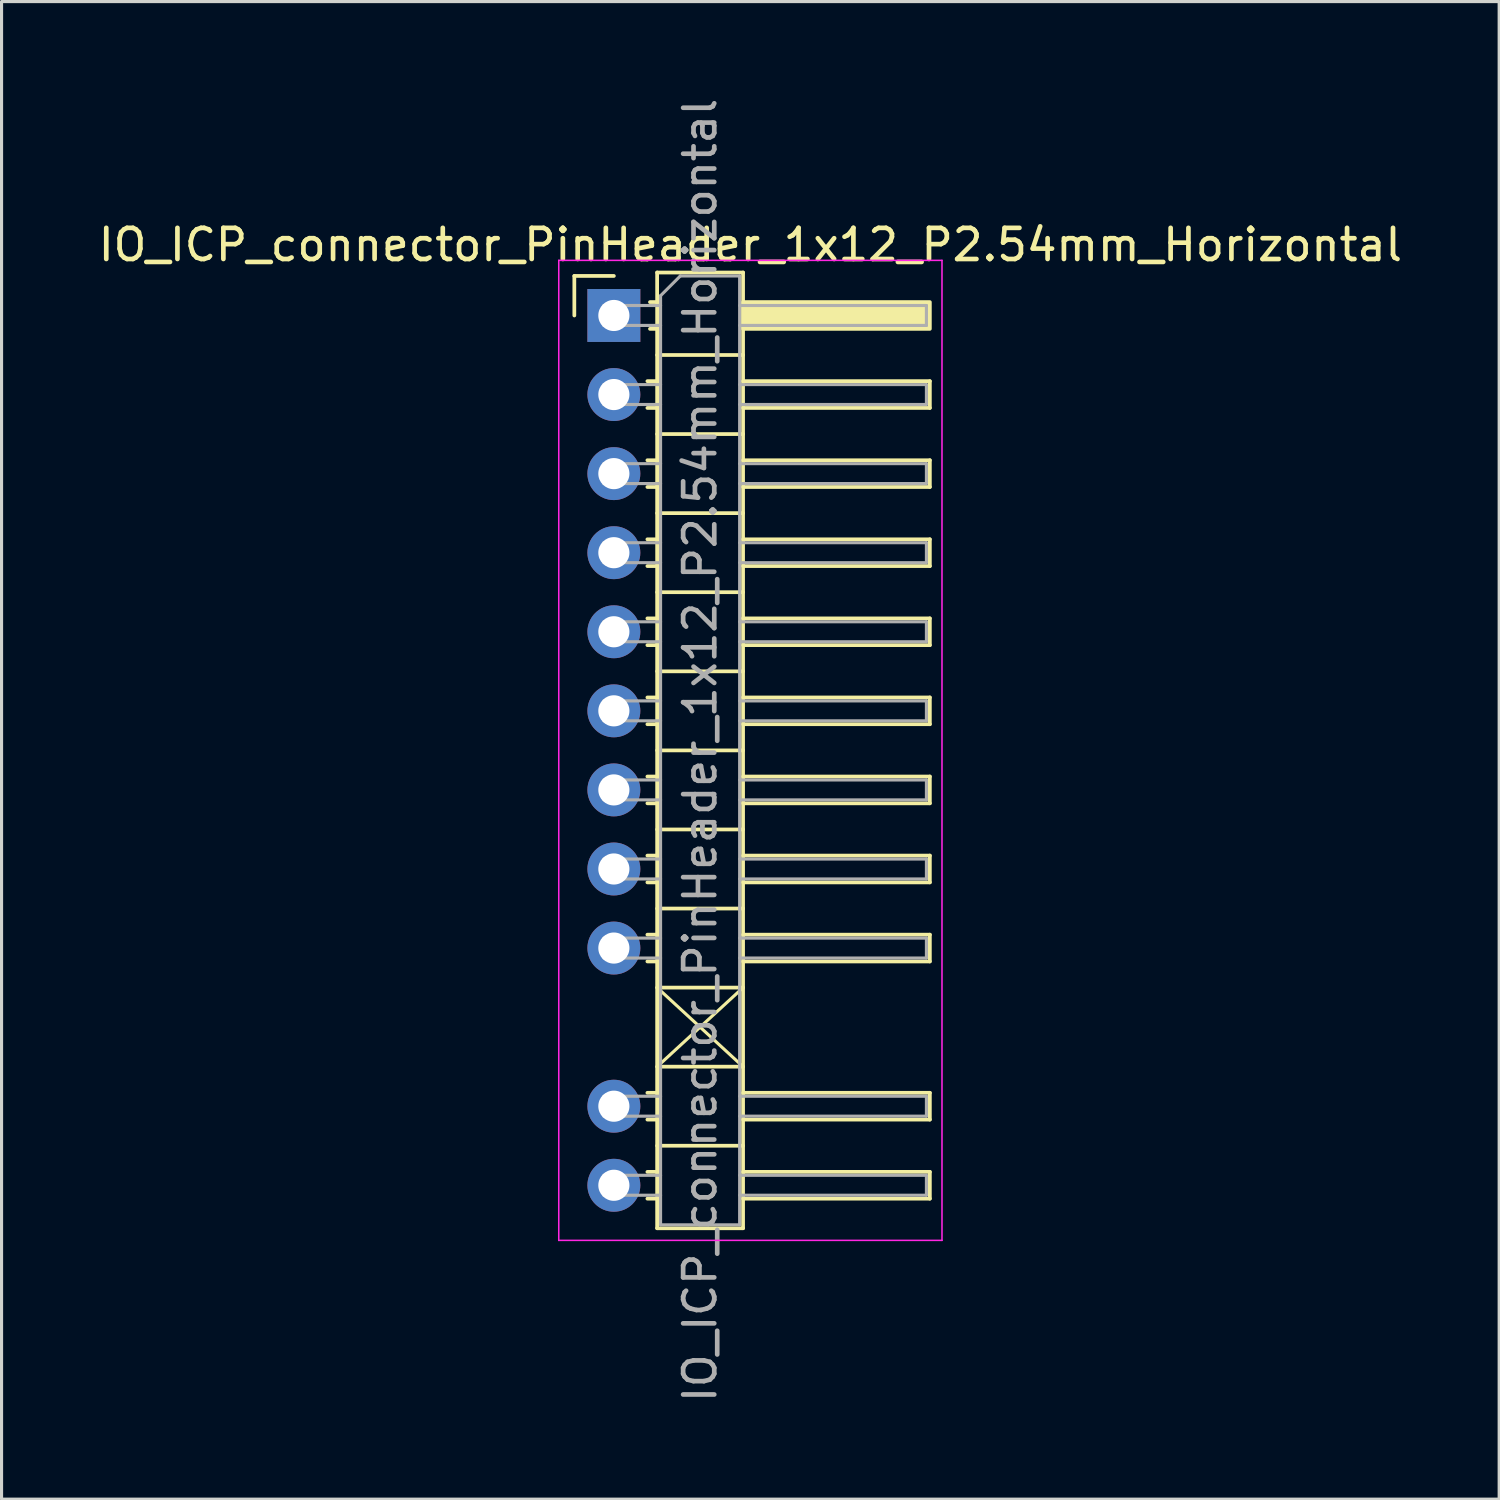
<source format=kicad_pcb>
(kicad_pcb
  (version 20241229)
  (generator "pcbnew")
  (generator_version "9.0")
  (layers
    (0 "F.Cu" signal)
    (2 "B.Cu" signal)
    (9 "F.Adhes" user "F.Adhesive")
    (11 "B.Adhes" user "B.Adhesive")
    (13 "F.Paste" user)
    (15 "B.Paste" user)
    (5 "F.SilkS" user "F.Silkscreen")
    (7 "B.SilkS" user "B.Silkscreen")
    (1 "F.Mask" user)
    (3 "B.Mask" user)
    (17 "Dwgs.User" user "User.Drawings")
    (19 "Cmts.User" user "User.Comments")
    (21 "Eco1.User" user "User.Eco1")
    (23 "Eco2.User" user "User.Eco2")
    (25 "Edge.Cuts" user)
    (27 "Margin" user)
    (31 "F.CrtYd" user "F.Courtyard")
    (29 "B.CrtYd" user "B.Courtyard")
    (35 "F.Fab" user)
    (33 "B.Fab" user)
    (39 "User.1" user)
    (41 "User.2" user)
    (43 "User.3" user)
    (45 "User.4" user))
  (footprint "IO_ICP_connector_PinHeader_1x12_P2.54mm_Horizontal"
    (layer "F.Cu")
    (at 16.669 7.084)
    (property "Reference" "IO_ICP_connector_PinHeader_1x12_P2.54mm_Horizontal" (at 4.385 -2.27 0) (layer "F.SilkS") (effects (font (size 1 1) (thickness 0.15))))
    (attr through_hole)
    (fp_line (start -1.27 -1.27) (end 0 -1.27) (stroke (width 0.12) (type solid)) (layer "F.SilkS"))
    (fp_line (start -1.27 0) (end -1.27 -1.27) (stroke (width 0.12) (type solid)) (layer "F.SilkS"))
    (fp_line (start 1.077 2.11) (end 1.39 2.11) (stroke (width 0.12) (type solid)) (layer "F.SilkS"))
    (fp_line (start 1.077 2.97) (end 1.39 2.97) (stroke (width 0.12) (type solid)) (layer "F.SilkS"))
    (fp_line (start 1.077 4.65) (end 1.39 4.65) (stroke (width 0.12) (type solid)) (layer "F.SilkS"))
    (fp_line (start 1.077 5.51) (end 1.39 5.51) (stroke (width 0.12) (type solid)) (layer "F.SilkS"))
    (fp_line (start 1.077 7.19) (end 1.39 7.19) (stroke (width 0.12) (type solid)) (layer "F.SilkS"))
    (fp_line (start 1.077 8.05) (end 1.39 8.05) (stroke (width 0.12) (type solid)) (layer "F.SilkS"))
    (fp_line (start 1.077 9.73) (end 1.39 9.73) (stroke (width 0.12) (type solid)) (layer "F.SilkS"))
    (fp_line (start 1.077 10.59) (end 1.39 10.59) (stroke (width 0.12) (type solid)) (layer "F.SilkS"))
    (fp_line (start 1.077 12.27) (end 1.39 12.27) (stroke (width 0.12) (type solid)) (layer "F.SilkS"))
    (fp_line (start 1.077 13.13) (end 1.39 13.13) (stroke (width 0.12) (type solid)) (layer "F.SilkS"))
    (fp_line (start 1.077 14.81) (end 1.39 14.81) (stroke (width 0.12) (type solid)) (layer "F.SilkS"))
    (fp_line (start 1.077 15.67) (end 1.39 15.67) (stroke (width 0.12) (type solid)) (layer "F.SilkS"))
    (fp_line (start 1.077 17.35) (end 1.39 17.35) (stroke (width 0.12) (type solid)) (layer "F.SilkS"))
    (fp_line (start 1.077 18.21) (end 1.39 18.21) (stroke (width 0.12) (type solid)) (layer "F.SilkS"))
    (fp_line (start 1.077 19.89) (end 1.39 19.89) (stroke (width 0.12) (type solid)) (layer "F.SilkS"))
    (fp_line (start 1.077 20.75) (end 1.39 20.75) (stroke (width 0.12) (type solid)) (layer "F.SilkS"))
    (fp_line (start 1.077 24.97) (end 1.39 24.97) (stroke (width 0.12) (type solid)) (layer "F.SilkS"))
    (fp_line (start 1.077 25.83) (end 1.39 25.83) (stroke (width 0.12) (type solid)) (layer "F.SilkS"))
    (fp_line (start 1.077 27.51) (end 1.39 27.51) (stroke (width 0.12) (type solid)) (layer "F.SilkS"))
    (fp_line (start 1.077 28.37) (end 1.39 28.37) (stroke (width 0.12) (type solid)) (layer "F.SilkS"))
    (fp_line (start 1.16 -0.43) (end 1.39 -0.43) (stroke (width 0.12) (type solid)) (layer "F.SilkS"))
    (fp_line (start 1.16 0.43) (end 1.39 0.43) (stroke (width 0.12) (type solid)) (layer "F.SilkS"))
    (fp_line (start 1.39 -1.38) (end 1.39 29.32) (stroke (width 0.12) (type solid)) (layer "F.SilkS"))
    (fp_line (start 1.39 1.27) (end 4.15 1.27) (stroke (width 0.12) (type solid)) (layer "F.SilkS"))
    (fp_line (start 1.39 3.81) (end 4.15 3.81) (stroke (width 0.12) (type solid)) (layer "F.SilkS"))
    (fp_line (start 1.39 6.35) (end 4.15 6.35) (stroke (width 0.12) (type solid)) (layer "F.SilkS"))
    (fp_line (start 1.39 8.89) (end 4.15 8.89) (stroke (width 0.12) (type solid)) (layer "F.SilkS"))
    (fp_line (start 1.39 11.43) (end 4.15 11.43) (stroke (width 0.12) (type solid)) (layer "F.SilkS"))
    (fp_line (start 1.39 13.97) (end 4.15 13.97) (stroke (width 0.12) (type solid)) (layer "F.SilkS"))
    (fp_line (start 1.39 16.51) (end 4.15 16.51) (stroke (width 0.12) (type solid)) (layer "F.SilkS"))
    (fp_line (start 1.39 19.05) (end 4.15 19.05) (stroke (width 0.12) (type solid)) (layer "F.SilkS"))
    (fp_line (start 1.39 21.59) (end 4.15 21.59) (stroke (width 0.12) (type solid)) (layer "F.SilkS"))
    (fp_line (start 1.39 21.59) (end 4.15 24.13) (stroke (width 0.1) (type default)) (layer "F.SilkS"))
    (fp_line (start 1.39 24.13) (end 4.15 24.13) (stroke (width 0.12) (type solid)) (layer "F.SilkS"))
    (fp_line (start 1.39 26.67) (end 4.15 26.67) (stroke (width 0.12) (type solid)) (layer "F.SilkS"))
    (fp_line (start 1.39 29.32) (end 4.15 29.32) (stroke (width 0.12) (type solid)) (layer "F.SilkS"))
    (fp_line (start 4.15 -1.38) (end 1.39 -1.38) (stroke (width 0.12) (type solid)) (layer "F.SilkS"))
    (fp_line (start 4.15 2.11) (end 10.15 2.11) (stroke (width 0.12) (type solid)) (layer "F.SilkS"))
    (fp_line (start 4.15 4.65) (end 10.15 4.65) (stroke (width 0.12) (type solid)) (layer "F.SilkS"))
    (fp_line (start 4.15 7.19) (end 10.15 7.19) (stroke (width 0.12) (type solid)) (layer "F.SilkS"))
    (fp_line (start 4.15 9.73) (end 10.15 9.73) (stroke (width 0.12) (type solid)) (layer "F.SilkS"))
    (fp_line (start 4.15 12.27) (end 10.15 12.27) (stroke (width 0.12) (type solid)) (layer "F.SilkS"))
    (fp_line (start 4.15 14.81) (end 10.15 14.81) (stroke (width 0.12) (type solid)) (layer "F.SilkS"))
    (fp_line (start 4.15 17.35) (end 10.15 17.35) (stroke (width 0.12) (type solid)) (layer "F.SilkS"))
    (fp_line (start 4.15 19.89) (end 10.15 19.89) (stroke (width 0.12) (type solid)) (layer "F.SilkS"))
    (fp_line (start 4.15 21.59) (end 1.39 24.13) (stroke (width 0.1) (type default)) (layer "F.SilkS"))
    (fp_line (start 4.15 24.97) (end 10.15 24.97) (stroke (width 0.12) (type solid)) (layer "F.SilkS"))
    (fp_line (start 4.15 27.51) (end 10.15 27.51) (stroke (width 0.12) (type solid)) (layer "F.SilkS"))
    (fp_line (start 4.15 29.32) (end 4.15 -1.38) (stroke (width 0.12) (type solid)) (layer "F.SilkS"))
    (fp_line (start 10.15 2.11) (end 10.15 2.97) (stroke (width 0.12) (type solid)) (layer "F.SilkS"))
    (fp_line (start 10.15 2.97) (end 4.15 2.97) (stroke (width 0.12) (type solid)) (layer "F.SilkS"))
    (fp_line (start 10.15 4.65) (end 10.15 5.51) (stroke (width 0.12) (type solid)) (layer "F.SilkS"))
    (fp_line (start 10.15 5.51) (end 4.15 5.51) (stroke (width 0.12) (type solid)) (layer "F.SilkS"))
    (fp_line (start 10.15 7.19) (end 10.15 8.05) (stroke (width 0.12) (type solid)) (layer "F.SilkS"))
    (fp_line (start 10.15 8.05) (end 4.15 8.05) (stroke (width 0.12) (type solid)) (layer "F.SilkS"))
    (fp_line (start 10.15 9.73) (end 10.15 10.59) (stroke (width 0.12) (type solid)) (layer "F.SilkS"))
    (fp_line (start 10.15 10.59) (end 4.15 10.59) (stroke (width 0.12) (type solid)) (layer "F.SilkS"))
    (fp_line (start 10.15 12.27) (end 10.15 13.13) (stroke (width 0.12) (type solid)) (layer "F.SilkS"))
    (fp_line (start 10.15 13.13) (end 4.15 13.13) (stroke (width 0.12) (type solid)) (layer "F.SilkS"))
    (fp_line (start 10.15 14.81) (end 10.15 15.67) (stroke (width 0.12) (type solid)) (layer "F.SilkS"))
    (fp_line (start 10.15 15.67) (end 4.15 15.67) (stroke (width 0.12) (type solid)) (layer "F.SilkS"))
    (fp_line (start 10.15 17.35) (end 10.15 18.21) (stroke (width 0.12) (type solid)) (layer "F.SilkS"))
    (fp_line (start 10.15 18.21) (end 4.15 18.21) (stroke (width 0.12) (type solid)) (layer "F.SilkS"))
    (fp_line (start 10.15 19.89) (end 10.15 20.75) (stroke (width 0.12) (type solid)) (layer "F.SilkS"))
    (fp_line (start 10.15 20.75) (end 4.15 20.75) (stroke (width 0.12) (type solid)) (layer "F.SilkS"))
    (fp_line (start 10.15 24.97) (end 10.15 25.83) (stroke (width 0.12) (type solid)) (layer "F.SilkS"))
    (fp_line (start 10.15 25.83) (end 4.15 25.83) (stroke (width 0.12) (type solid)) (layer "F.SilkS"))
    (fp_line (start 10.15 27.51) (end 10.15 28.37) (stroke (width 0.12) (type solid)) (layer "F.SilkS"))
    (fp_line (start 10.15 28.37) (end 4.15 28.37) (stroke (width 0.12) (type solid)) (layer "F.SilkS"))
    (fp_rect (start 4.15 -0.43) (end 10.15 0.43) (stroke (width 0.12) (type solid)) (fill yes) (layer "F.SilkS"))
    (fp_line (start -1.77 -1.77) (end -1.77 29.71) (stroke (width 0.05) (type solid)) (layer "F.CrtYd"))
    (fp_line (start -1.77 29.71) (end 10.54 29.71) (stroke (width 0.05) (type solid)) (layer "F.CrtYd"))
    (fp_line (start 10.54 -1.77) (end -1.77 -1.77) (stroke (width 0.05) (type solid)) (layer "F.CrtYd"))
    (fp_line (start 10.54 29.71) (end 10.54 -1.77) (stroke (width 0.05) (type solid)) (layer "F.CrtYd"))
    (fp_line (start -0.32 -0.32) (end -0.32 0.32) (stroke (width 0.1) (type solid)) (layer "F.Fab"))
    (fp_line (start -0.32 -0.32) (end 1.5 -0.32) (stroke (width 0.1) (type solid)) (layer "F.Fab"))
    (fp_line (start -0.32 0.32) (end 1.5 0.32) (stroke (width 0.1) (type solid)) (layer "F.Fab"))
    (fp_line (start -0.32 2.22) (end -0.32 2.86) (stroke (width 0.1) (type solid)) (layer "F.Fab"))
    (fp_line (start -0.32 2.22) (end 1.5 2.22) (stroke (width 0.1) (type solid)) (layer "F.Fab"))
    (fp_line (start -0.32 2.86) (end 1.5 2.86) (stroke (width 0.1) (type solid)) (layer "F.Fab"))
    (fp_line (start -0.32 4.76) (end -0.32 5.4) (stroke (width 0.1) (type solid)) (layer "F.Fab"))
    (fp_line (start -0.32 4.76) (end 1.5 4.76) (stroke (width 0.1) (type solid)) (layer "F.Fab"))
    (fp_line (start -0.32 5.4) (end 1.5 5.4) (stroke (width 0.1) (type solid)) (layer "F.Fab"))
    (fp_line (start -0.32 7.3) (end -0.32 7.94) (stroke (width 0.1) (type solid)) (layer "F.Fab"))
    (fp_line (start -0.32 7.3) (end 1.5 7.3) (stroke (width 0.1) (type solid)) (layer "F.Fab"))
    (fp_line (start -0.32 7.94) (end 1.5 7.94) (stroke (width 0.1) (type solid)) (layer "F.Fab"))
    (fp_line (start -0.32 9.84) (end -0.32 10.48) (stroke (width 0.1) (type solid)) (layer "F.Fab"))
    (fp_line (start -0.32 9.84) (end 1.5 9.84) (stroke (width 0.1) (type solid)) (layer "F.Fab"))
    (fp_line (start -0.32 10.48) (end 1.5 10.48) (stroke (width 0.1) (type solid)) (layer "F.Fab"))
    (fp_line (start -0.32 12.38) (end -0.32 13.02) (stroke (width 0.1) (type solid)) (layer "F.Fab"))
    (fp_line (start -0.32 12.38) (end 1.5 12.38) (stroke (width 0.1) (type solid)) (layer "F.Fab"))
    (fp_line (start -0.32 13.02) (end 1.5 13.02) (stroke (width 0.1) (type solid)) (layer "F.Fab"))
    (fp_line (start -0.32 14.92) (end -0.32 15.56) (stroke (width 0.1) (type solid)) (layer "F.Fab"))
    (fp_line (start -0.32 14.92) (end 1.5 14.92) (stroke (width 0.1) (type solid)) (layer "F.Fab"))
    (fp_line (start -0.32 15.56) (end 1.5 15.56) (stroke (width 0.1) (type solid)) (layer "F.Fab"))
    (fp_line (start -0.32 17.46) (end -0.32 18.1) (stroke (width 0.1) (type solid)) (layer "F.Fab"))
    (fp_line (start -0.32 17.46) (end 1.5 17.46) (stroke (width 0.1) (type solid)) (layer "F.Fab"))
    (fp_line (start -0.32 18.1) (end 1.5 18.1) (stroke (width 0.1) (type solid)) (layer "F.Fab"))
    (fp_line (start -0.32 20) (end -0.32 20.64) (stroke (width 0.1) (type solid)) (layer "F.Fab"))
    (fp_line (start -0.32 20) (end 1.5 20) (stroke (width 0.1) (type solid)) (layer "F.Fab"))
    (fp_line (start -0.32 20.64) (end 1.5 20.64) (stroke (width 0.1) (type solid)) (layer "F.Fab"))
    (fp_line (start -0.32 25.08) (end -0.32 25.72) (stroke (width 0.1) (type solid)) (layer "F.Fab"))
    (fp_line (start -0.32 25.08) (end 1.5 25.08) (stroke (width 0.1) (type solid)) (layer "F.Fab"))
    (fp_line (start -0.32 25.72) (end 1.5 25.72) (stroke (width 0.1) (type solid)) (layer "F.Fab"))
    (fp_line (start -0.32 27.62) (end -0.32 28.26) (stroke (width 0.1) (type solid)) (layer "F.Fab"))
    (fp_line (start -0.32 27.62) (end 1.5 27.62) (stroke (width 0.1) (type solid)) (layer "F.Fab"))
    (fp_line (start -0.32 28.26) (end 1.5 28.26) (stroke (width 0.1) (type solid)) (layer "F.Fab"))
    (fp_line (start 1.5 -0.635) (end 2.135 -1.27) (stroke (width 0.1) (type solid)) (layer "F.Fab"))
    (fp_line (start 1.5 29.21) (end 1.5 -0.635) (stroke (width 0.1) (type solid)) (layer "F.Fab"))
    (fp_line (start 2.135 -1.27) (end 4.04 -1.27) (stroke (width 0.1) (type solid)) (layer "F.Fab"))
    (fp_line (start 4.04 -1.27) (end 4.04 29.21) (stroke (width 0.1) (type solid)) (layer "F.Fab"))
    (fp_line (start 4.04 -0.32) (end 10.04 -0.32) (stroke (width 0.1) (type solid)) (layer "F.Fab"))
    (fp_line (start 4.04 0.32) (end 10.04 0.32) (stroke (width 0.1) (type solid)) (layer "F.Fab"))
    (fp_line (start 4.04 2.22) (end 10.04 2.22) (stroke (width 0.1) (type solid)) (layer "F.Fab"))
    (fp_line (start 4.04 2.86) (end 10.04 2.86) (stroke (width 0.1) (type solid)) (layer "F.Fab"))
    (fp_line (start 4.04 4.76) (end 10.04 4.76) (stroke (width 0.1) (type solid)) (layer "F.Fab"))
    (fp_line (start 4.04 5.4) (end 10.04 5.4) (stroke (width 0.1) (type solid)) (layer "F.Fab"))
    (fp_line (start 4.04 7.3) (end 10.04 7.3) (stroke (width 0.1) (type solid)) (layer "F.Fab"))
    (fp_line (start 4.04 7.94) (end 10.04 7.94) (stroke (width 0.1) (type solid)) (layer "F.Fab"))
    (fp_line (start 4.04 9.84) (end 10.04 9.84) (stroke (width 0.1) (type solid)) (layer "F.Fab"))
    (fp_line (start 4.04 10.48) (end 10.04 10.48) (stroke (width 0.1) (type solid)) (layer "F.Fab"))
    (fp_line (start 4.04 12.38) (end 10.04 12.38) (stroke (width 0.1) (type solid)) (layer "F.Fab"))
    (fp_line (start 4.04 13.02) (end 10.04 13.02) (stroke (width 0.1) (type solid)) (layer "F.Fab"))
    (fp_line (start 4.04 14.92) (end 10.04 14.92) (stroke (width 0.1) (type solid)) (layer "F.Fab"))
    (fp_line (start 4.04 15.56) (end 10.04 15.56) (stroke (width 0.1) (type solid)) (layer "F.Fab"))
    (fp_line (start 4.04 17.46) (end 10.04 17.46) (stroke (width 0.1) (type solid)) (layer "F.Fab"))
    (fp_line (start 4.04 18.1) (end 10.04 18.1) (stroke (width 0.1) (type solid)) (layer "F.Fab"))
    (fp_line (start 4.04 20) (end 10.04 20) (stroke (width 0.1) (type solid)) (layer "F.Fab"))
    (fp_line (start 4.04 20.64) (end 10.04 20.64) (stroke (width 0.1) (type solid)) (layer "F.Fab"))
    (fp_line (start 4.04 25.08) (end 10.04 25.08) (stroke (width 0.1) (type solid)) (layer "F.Fab"))
    (fp_line (start 4.04 25.72) (end 10.04 25.72) (stroke (width 0.1) (type solid)) (layer "F.Fab"))
    (fp_line (start 4.04 27.62) (end 10.04 27.62) (stroke (width 0.1) (type solid)) (layer "F.Fab"))
    (fp_line (start 4.04 28.26) (end 10.04 28.26) (stroke (width 0.1) (type solid)) (layer "F.Fab"))
    (fp_line (start 4.04 29.21) (end 1.5 29.21) (stroke (width 0.1) (type solid)) (layer "F.Fab"))
    (fp_line (start 10.04 -0.32) (end 10.04 0.32) (stroke (width 0.1) (type solid)) (layer "F.Fab"))
    (fp_line (start 10.04 2.22) (end 10.04 2.86) (stroke (width 0.1) (type solid)) (layer "F.Fab"))
    (fp_line (start 10.04 4.76) (end 10.04 5.4) (stroke (width 0.1) (type solid)) (layer "F.Fab"))
    (fp_line (start 10.04 7.3) (end 10.04 7.94) (stroke (width 0.1) (type solid)) (layer "F.Fab"))
    (fp_line (start 10.04 9.84) (end 10.04 10.48) (stroke (width 0.1) (type solid)) (layer "F.Fab"))
    (fp_line (start 10.04 12.38) (end 10.04 13.02) (stroke (width 0.1) (type solid)) (layer "F.Fab"))
    (fp_line (start 10.04 14.92) (end 10.04 15.56) (stroke (width 0.1) (type solid)) (layer "F.Fab"))
    (fp_line (start 10.04 17.46) (end 10.04 18.1) (stroke (width 0.1) (type solid)) (layer "F.Fab"))
    (fp_line (start 10.04 20) (end 10.04 20.64) (stroke (width 0.1) (type solid)) (layer "F.Fab"))
    (fp_line (start 10.04 25.08) (end 10.04 25.72) (stroke (width 0.1) (type solid)) (layer "F.Fab"))
    (fp_line (start 10.04 27.62) (end 10.04 28.26) (stroke (width 0.1) (type solid)) (layer "F.Fab"))
    (fp_text user "${REFERENCE}" (at 2.77 13.97 90) (layer "F.Fab") (effects (font (size 1 1) (thickness 0.15))))
    (pad "1" thru_hole rect (at 0 0) (size 1.7 1.7) (drill 1) (layers "*.Cu" "*.Mask"))
    (pad "2" thru_hole circle (at 0 2.54) (size 1.7 1.7) (drill 1) (layers "*.Cu" "*.Mask"))
    (pad "3" thru_hole circle (at 0 5.08) (size 1.7 1.7) (drill 1) (layers "*.Cu" "*.Mask"))
    (pad "4" thru_hole circle (at 0 7.62) (size 1.7 1.7) (drill 1) (layers "*.Cu" "*.Mask"))
    (pad "5" thru_hole circle (at 0 10.16) (size 1.7 1.7) (drill 1) (layers "*.Cu" "*.Mask"))
    (pad "6" thru_hole circle (at 0 12.7) (size 1.7 1.7) (drill 1) (layers "*.Cu" "*.Mask"))
    (pad "7" thru_hole circle (at 0 15.24) (size 1.7 1.7) (drill 1) (layers "*.Cu" "*.Mask"))
    (pad "8" thru_hole circle (at 0 17.78) (size 1.7 1.7) (drill 1) (layers "*.Cu" "*.Mask"))
    (pad "9" thru_hole circle (at 0 20.32) (size 1.7 1.7) (drill 1) (layers "*.Cu" "*.Mask"))
    (pad "11" thru_hole circle (at 0 25.4) (size 1.7 1.7) (drill 1) (layers "*.Cu" "*.Mask"))
    (pad "12" thru_hole circle (at 0 27.94) (size 1.7 1.7) (drill 1) (layers "*.Cu" "*.Mask")))
  (gr_rect
    (start -3 -3)
    (end 45.107 45.107)
    (stroke (width 0.1) (type default))
    (fill no)
    (layer "Edge.Cuts")))
</source>
